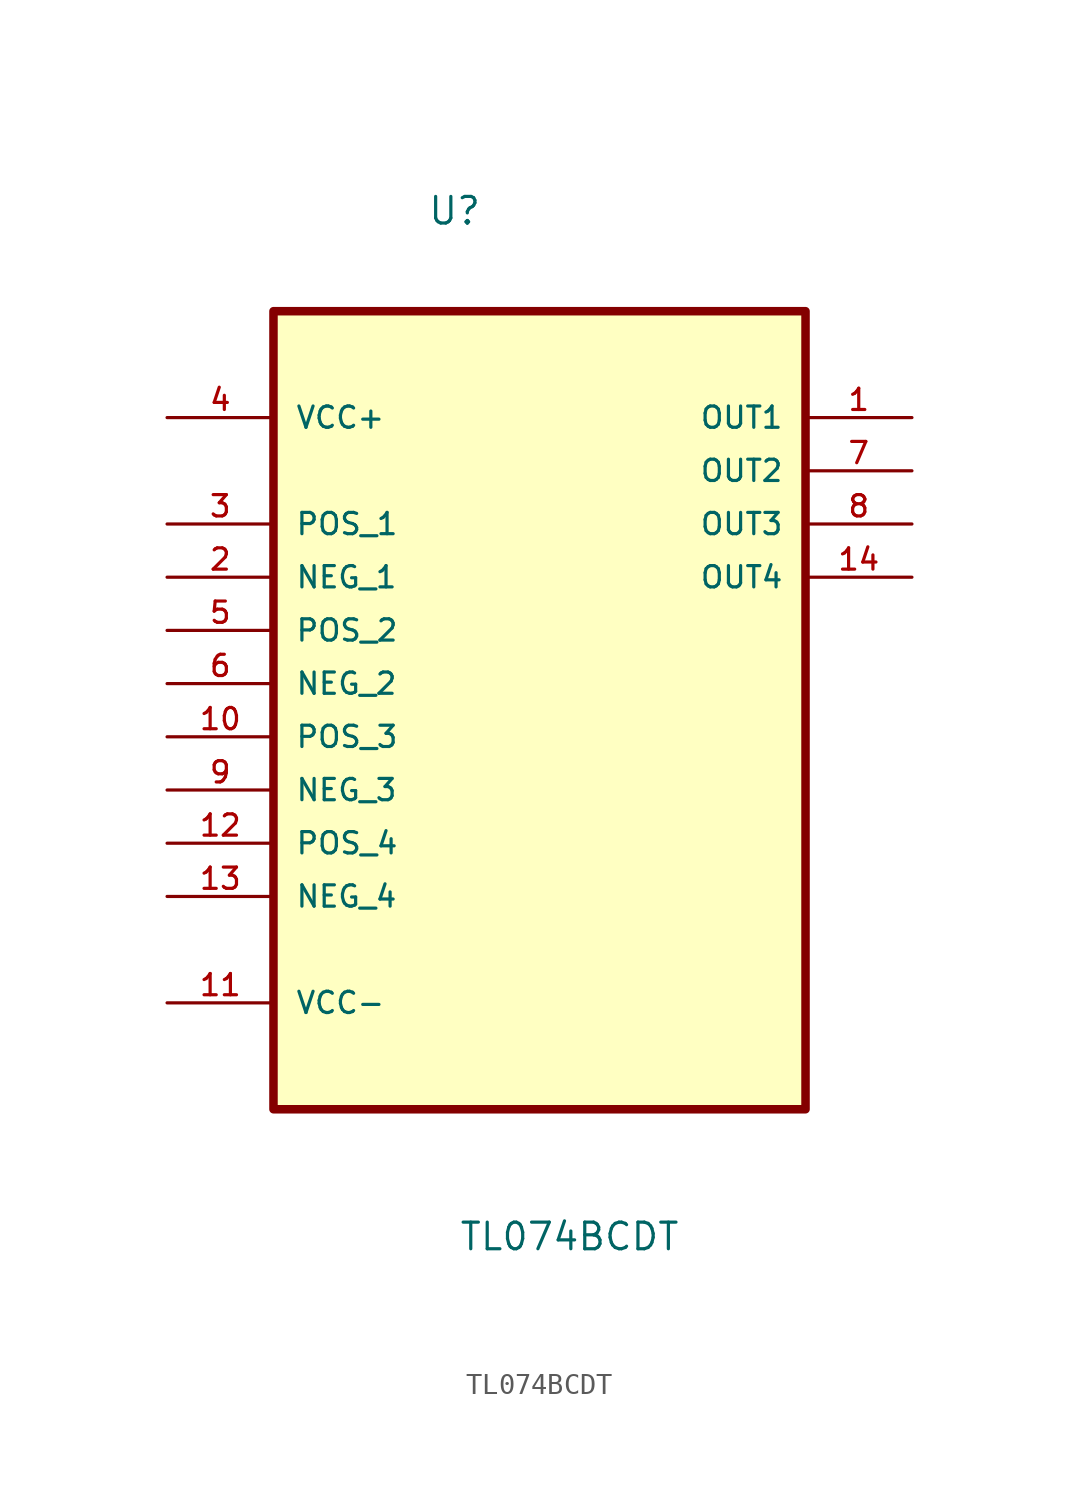
<source format=kicad_sym>
(kicad_symbol_lib
  (version 20211014)
  (generator kicad_symbol_editor)
  (symbol "TL074BCDT"
    (pin_names
      (offset 1.016))
    (property "Reference" "U"
      (at -5.361 19.285 0.0)
      (effects (font (size 1.27 1.27)) (justify bottom left)))
    (property "Value" "TL074BCDT"
      (at -3.866 -29.682 0.0)
      (effects (font (size 1.27 1.27)) (justify bottom left)))
    (symbol "TL074BCDT_0_0"
      (rectangle (start -12.7 -22.86) (end 12.7 15.24) (stroke (width 0.406)) (fill (type background)))
      (pin power_in line (at -17.78 10.16 0) (length 5.08) (name "VCC+" (effects (font (size 1.016 1.016)))) (number "4" (effects (font (size 1.016 1.016)))))
      (pin input line (at -17.78 5.08 0) (length 5.08) (name "POS_1" (effects (font (size 1.016 1.016)))) (number "3" (effects (font (size 1.016 1.016)))))
      (pin input line (at -17.78 2.54 0) (length 5.08) (name "NEG_1" (effects (font (size 1.016 1.016)))) (number "2" (effects (font (size 1.016 1.016)))))
      (pin input line (at -17.78 0.0 0) (length 5.08) (name "POS_2" (effects (font (size 1.016 1.016)))) (number "5" (effects (font (size 1.016 1.016)))))
      (pin input line (at -17.78 -2.54 0) (length 5.08) (name "NEG_2" (effects (font (size 1.016 1.016)))) (number "6" (effects (font (size 1.016 1.016)))))
      (pin input line (at -17.78 -5.08 0) (length 5.08) (name "POS_3" (effects (font (size 1.016 1.016)))) (number "10" (effects (font (size 1.016 1.016)))))
      (pin input line (at -17.78 -7.62 0) (length 5.08) (name "NEG_3" (effects (font (size 1.016 1.016)))) (number "9" (effects (font (size 1.016 1.016)))))
      (pin input line (at -17.78 -10.16 0) (length 5.08) (name "POS_4" (effects (font (size 1.016 1.016)))) (number "12" (effects (font (size 1.016 1.016)))))
      (pin input line (at -17.78 -12.7 0) (length 5.08) (name "NEG_4" (effects (font (size 1.016 1.016)))) (number "13" (effects (font (size 1.016 1.016)))))
      (pin power_in line (at -17.78 -17.78 0) (length 5.08) (name "VCC-" (effects (font (size 1.016 1.016)))) (number "11" (effects (font (size 1.016 1.016)))))
      (pin output line (at 17.78 10.16 180.0) (length 5.08) (name "OUT1" (effects (font (size 1.016 1.016)))) (number "1" (effects (font (size 1.016 1.016)))))
      (pin output line (at 17.78 7.62 180.0) (length 5.08) (name "OUT2" (effects (font (size 1.016 1.016)))) (number "7" (effects (font (size 1.016 1.016)))))
      (pin output line (at 17.78 5.08 180.0) (length 5.08) (name "OUT3" (effects (font (size 1.016 1.016)))) (number "8" (effects (font (size 1.016 1.016)))))
      (pin output line (at 17.78 2.54 180.0) (length 5.08) (name "OUT4" (effects (font (size 1.016 1.016)))) (number "14" (effects (font (size 1.016 1.016))))))))
</source>
